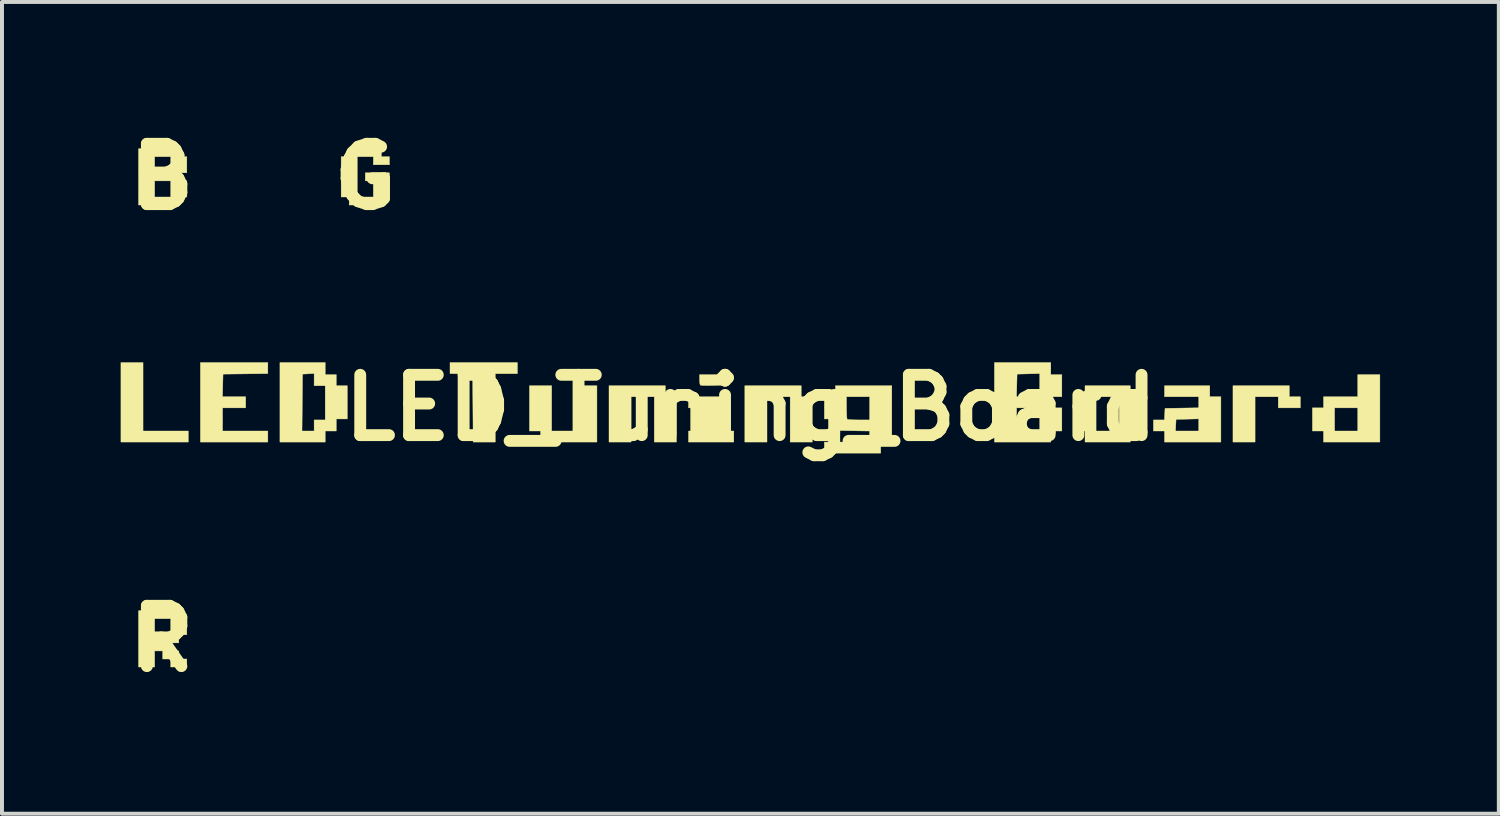
<source format=kicad_pcb>
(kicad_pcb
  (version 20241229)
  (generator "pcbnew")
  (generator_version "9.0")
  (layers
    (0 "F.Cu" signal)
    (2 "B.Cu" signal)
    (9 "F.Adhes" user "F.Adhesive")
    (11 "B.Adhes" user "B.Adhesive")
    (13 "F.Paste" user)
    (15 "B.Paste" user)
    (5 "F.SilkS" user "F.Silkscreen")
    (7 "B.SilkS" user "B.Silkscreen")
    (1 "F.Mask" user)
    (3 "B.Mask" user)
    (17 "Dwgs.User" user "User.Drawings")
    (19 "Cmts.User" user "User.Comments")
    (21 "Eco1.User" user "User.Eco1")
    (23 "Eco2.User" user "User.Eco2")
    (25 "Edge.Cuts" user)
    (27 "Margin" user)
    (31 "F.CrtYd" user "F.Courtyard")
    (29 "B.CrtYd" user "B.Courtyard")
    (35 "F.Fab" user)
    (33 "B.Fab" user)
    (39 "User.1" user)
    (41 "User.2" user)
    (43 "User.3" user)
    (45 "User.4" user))
  (footprint "LED_Tuning_Board"
    (layer "F.Cu")
    (at 15.921 7.254)
    (property "Reference" "LED_Tuning_Board" (at 0 0 0) (layer "F.SilkS") (effects (font (size 1.524 1.524) (thickness 0.3))))
    (attr through_hole)
    (fp_poly (pts (xy -15.357 0.585) (xy -14.213 0.585) (xy -14.213 0.864) (xy -15.916 0.864) (xy -15.916 -1.144) (xy -15.357 -1.144) (xy -15.357 0.585)) (stroke (width 0.01) (type solid)) (fill yes) (layer "F.SilkS"))
    (fp_poly (pts (xy -5.899 -0.864) (xy -6.458 -0.864) (xy -6.458 0.864) (xy -7.017 0.864) (xy -7.023 0.006) (xy -7.03 -0.852) (xy -7.602 -0.866) (xy -7.602 -1.144) (xy -5.899 -1.144) (xy -5.899 -0.864)) (stroke (width 0.01) (type solid)) (fill yes) (layer "F.SilkS"))
    (fp_poly (pts (xy -5.034 0.585) (xy -4.449 0.585) (xy -4.449 -0.559) (xy -3.89 -0.559) (xy -3.89 0.864) (xy -5.314 0.864) (xy -5.314 0.585) (xy -5.594 0.585) (xy -5.594 -0.559) (xy -5.034 -0.559) (xy -5.034 0.585)) (stroke (width 0.01) (type solid)) (fill yes) (layer "F.SilkS"))
    (fp_poly (pts (xy -2.161 -0.28) (xy -1.881 -0.28) (xy -1.881 0.864) (xy -2.441 0.864) (xy -2.441 -0.28) (xy -3.026 -0.28) (xy -3.026 0.864) (xy -3.585 0.864) (xy -3.585 -0.559) (xy -2.161 -0.559) (xy -2.161 -0.28)) (stroke (width 0.01) (type solid)) (fill yes) (layer "F.SilkS"))
    (fp_poly (pts (xy -0.712 0.585) (xy -0.432 0.585) (xy -0.432 0.864) (xy -1.576 0.864) (xy -1.576 0.585) (xy -1.297 0.585) (xy -1.297 0) (xy -1.576 0) (xy -1.576 -0.28) (xy -0.712 -0.28) (xy -0.712 0.585)) (stroke (width 0.01) (type solid)) (fill yes) (layer "F.SilkS"))
    (fp_poly (pts (xy 1.271 -0.28) (xy 1.551 -0.28) (xy 1.551 0.864) (xy 0.992 0.864) (xy 0.992 -0.28) (xy 0.407 -0.28) (xy 0.407 0.864) (xy -0.153 0.864) (xy -0.153 -0.559) (xy 1.271 -0.559) (xy 1.271 -0.28)) (stroke (width 0.01) (type solid)) (fill yes) (layer "F.SilkS"))
    (fp_poly (pts (xy 13.603 -0.28) (xy 13.882 -0.28) (xy 13.882 0) (xy 13.323 0) (xy 13.323 -0.28) (xy 12.738 -0.28) (xy 12.738 0.864) (xy 12.179 0.864) (xy 12.179 -0.559) (xy 13.603 -0.559) (xy 13.603 -0.28)) (stroke (width 0.01) (type solid)) (fill yes) (layer "F.SilkS"))
    (fp_poly (pts (xy -12.204 -0.865) (xy -13.336 -0.852) (xy -13.35 -0.28) (xy -12.764 -0.28) (xy -12.764 0) (xy -13.348 0) (xy -13.348 0.585) (xy -12.204 0.585) (xy -12.204 0.864) (xy -13.908 0.864) (xy -13.908 -1.144) (xy -12.204 -1.144) (xy -12.204 -0.865)) (stroke (width 0.01) (type solid)) (fill yes) (layer "F.SilkS"))
    (fp_poly (pts (xy -0.717 -0.706) (xy -0.725 -0.572) (xy -0.993 -0.565) (xy -1.105 -0.564) (xy -1.198 -0.565) (xy -1.26 -0.57) (xy -1.279 -0.576) (xy -1.289 -0.609) (xy -1.296 -0.676) (xy -1.297 -0.716) (xy -1.297 -0.839) (xy -0.709 -0.839) (xy -0.717 -0.706)) (stroke (width 0.01) (type solid)) (fill yes) (layer "F.SilkS"))
    (fp_poly (pts (xy 15.891 0.864) (xy 14.467 0.864) (xy 14.467 0.585) (xy 14.187 0.585) (xy 14.187 0) (xy 14.467 0) (xy 14.747 0) (xy 14.747 0.585) (xy 15.332 0.585) (xy 15.332 0) (xy 14.747 0) (xy 14.467 0) (xy 14.467 -0.28) (xy 15.332 -0.28) (xy 15.332 -0.839) (xy 15.891 -0.839) (xy 15.891 0.864)) (stroke (width 0.01) (type solid)) (fill yes) (layer "F.SilkS"))
    (fp_poly (pts (xy 9.585 -0.28) (xy 9.865 -0.28) (xy 9.865 0.585) (xy 9.585 0.585) (xy 9.585 0.864) (xy 8.441 0.864) (xy 8.441 0.585) (xy 8.162 0.585) (xy 8.162 -0.28) (xy 8.441 -0.28) (xy 8.721 -0.28) (xy 8.721 0.585) (xy 9.306 0.585) (xy 9.306 -0.28) (xy 8.721 -0.28) (xy 8.441 -0.28) (xy 8.441 -0.559) (xy 9.585 -0.559) (xy 9.585 -0.28)) (stroke (width 0.01) (type solid)) (fill yes) (layer "F.SilkS"))
    (fp_poly (pts (xy 11.594 -0.28) (xy 11.874 -0.28) (xy 11.874 0.864) (xy 10.45 0.864) (xy 10.45 0.585) (xy 10.727 0.585) (xy 11.314 0.585) (xy 11.314 0.278) (xy 10.742 0.292) (xy 10.727 0.585) (xy 10.45 0.585) (xy 10.17 0.585) (xy 10.17 0.305) (xy 10.447 0.305) (xy 10.455 0.159) (xy 10.463 0.013) (xy 11.314 -0.001) (xy 11.314 -0.28) (xy 10.45 -0.28) (xy 10.45 -0.559) (xy 11.594 -0.559) (xy 11.594 -0.28)) (stroke (width 0.01) (type solid)) (fill yes) (layer "F.SilkS"))
    (fp_poly (pts (xy -10.755 -0.839) (xy -10.475 -0.839) (xy -10.475 -0.559) (xy -10.196 -0.559) (xy -10.196 0.28) (xy -10.475 0.28) (xy -10.475 0.585) (xy -10.755 0.585) (xy -10.755 0.864) (xy -11.899 0.864) (xy -11.899 0.585) (xy -11.341 0.585) (xy -11.035 0.585) (xy -11.035 0.305) (xy -10.755 0.305) (xy -10.755 -0.559) (xy -11.035 -0.559) (xy -11.035 -0.867) (xy -11.327 -0.852) (xy -11.334 -0.133) (xy -11.341 0.585) (xy -11.899 0.585) (xy -11.899 -1.144) (xy -10.755 -1.144) (xy -10.755 -0.839)) (stroke (width 0.01) (type solid)) (fill yes) (layer "F.SilkS"))
    (fp_poly (pts (xy 7.577 -0.839) (xy 7.856 -0.839) (xy 7.856 -0.28) (xy 7.577 -0.28) (xy 7.577 0) (xy 7.856 0) (xy 7.856 0.585) (xy 7.577 0.585) (xy 7.577 0.864) (xy 6.153 0.864) (xy 6.153 0) (xy 6.712 0) (xy 6.712 0.585) (xy 7.297 0.585) (xy 7.297 0) (xy 6.712 0) (xy 6.153 0) (xy 6.153 -0.28) (xy 6.711 -0.28) (xy 7.297 -0.28) (xy 7.297 -0.866) (xy 6.725 -0.852) (xy 6.711 -0.28) (xy 6.153 -0.28) (xy 6.153 -1.144) (xy 7.577 -1.144) (xy 7.577 -0.839)) (stroke (width 0.01) (type solid)) (fill yes) (layer "F.SilkS"))
    (fp_poly (pts (xy 3.56 0.864) (xy 3.28 0.864) (xy 3.28 1.144) (xy 1.856 1.144) (xy 1.856 0.864) (xy 3 0.864) (xy 3 0.586) (xy 2.148 0.572) (xy 2.141 0.426) (xy 2.133 0.28) (xy 1.856 0.28) (xy 1.856 -0.28) (xy 2.136 -0.28) (xy 2.415 -0.28) (xy 2.415 -0.004) (xy 2.417 0.109) (xy 2.421 0.204) (xy 2.427 0.267) (xy 2.432 0.288) (xy 2.463 0.295) (xy 2.534 0.301) (xy 2.633 0.304) (xy 2.725 0.305) (xy 3 0.305) (xy 3 -0.28) (xy 2.415 -0.28) (xy 2.136 -0.28) (xy 2.136 -0.559) (xy 3.56 -0.559) (xy 3.56 0.864)) (stroke (width 0.01) (type solid)) (fill yes) (layer "F.SilkS")))
  (footprint "G"
    (layer "F.Cu")
    (at 6.179 1.418)
    (property "Reference" "G" (at 0 0 0) (layer "F.SilkS") (effects (font (size 1.524 1.524) (thickness 0.3))))
    (attr through_hole)
    (fp_poly (pts (xy 0.407 -0.509) (xy 0.61 -0.509) (xy 0.61 -0.305) (xy 0.203 -0.305) (xy 0.203 -0.509) (xy -0.203 -0.509) (xy -0.203 0.509) (xy 0.203 0.509) (xy 0.203 0.102) (xy 0 0.102) (xy 0 -0.102) (xy 0.61 -0.102) (xy 0.61 0.509) (xy 0.407 0.509) (xy 0.407 0.712) (xy -0.407 0.712) (xy -0.407 0.509) (xy -0.61 0.509) (xy -0.61 -0.509) (xy -0.407 -0.509) (xy -0.407 -0.712) (xy 0.407 -0.712) (xy 0.407 -0.509)) (stroke (width 0.01) (type solid)) (fill yes) (layer "F.SilkS")))
  (footprint "B"
    (layer "F.Cu")
    (at 1.06 1.418)
    (property "Reference" "B" (at 0 0 0) (layer "F.SilkS") (effects (font (size 1.524 1.524) (thickness 0.3))))
    (attr through_hole)
    (fp_poly (pts (xy 0.407 -0.509) (xy 0.61 -0.509) (xy 0.61 -0.102) (xy 0.407 -0.102) (xy 0.407 0.102) (xy 0.61 0.102) (xy 0.61 0.509) (xy 0.407 0.509) (xy 0.407 0.712) (xy -0.61 0.712) (xy -0.61 0.102) (xy -0.203 0.102) (xy -0.203 0.509) (xy 0.203 0.509) (xy 0.203 0.102) (xy -0.203 0.102) (xy -0.61 0.102) (xy -0.61 -0.509) (xy -0.203 -0.509) (xy -0.203 -0.102) (xy 0.203 -0.102) (xy 0.203 -0.509) (xy -0.203 -0.509) (xy -0.61 -0.509) (xy -0.61 -0.712) (xy 0.407 -0.712) (xy 0.407 -0.509)) (stroke (width 0.01) (type solid)) (fill yes) (layer "F.SilkS")))
  (footprint "R"
    (layer "F.Cu")
    (at 1.06 13.09)
    (property "Reference" "R" (at 0 0 0) (layer "F.SilkS") (effects (font (size 1.524 1.524) (thickness 0.3))))
    (attr through_hole)
    (fp_poly (pts (xy 0.407 -0.509) (xy 0.61 -0.509) (xy 0.61 -0.102) (xy 0.407 -0.102) (xy 0.407 0.102) (xy 0.203 0.102) (xy 0.203 0.305) (xy 0.407 0.305) (xy 0.407 0.509) (xy 0.61 0.509) (xy 0.61 0.712) (xy 0.203 0.712) (xy 0.203 0.509) (xy 0 0.509) (xy 0 0.305) (xy -0.203 0.305) (xy -0.203 0.712) (xy -0.61 0.712) (xy -0.61 -0.509) (xy -0.203 -0.509) (xy -0.203 -0.102) (xy 0.203 -0.102) (xy 0.203 -0.509) (xy -0.203 -0.509) (xy -0.61 -0.509) (xy -0.61 -0.712) (xy 0.407 -0.712) (xy 0.407 -0.509)) (stroke (width 0.01) (type solid)) (fill yes) (layer "F.SilkS")))
  (gr_rect
    (start -3 -3)
    (end 34.817 17.508)
    (stroke (width 0.1) (type default))
    (fill no)
    (layer "Edge.Cuts")))
</source>
